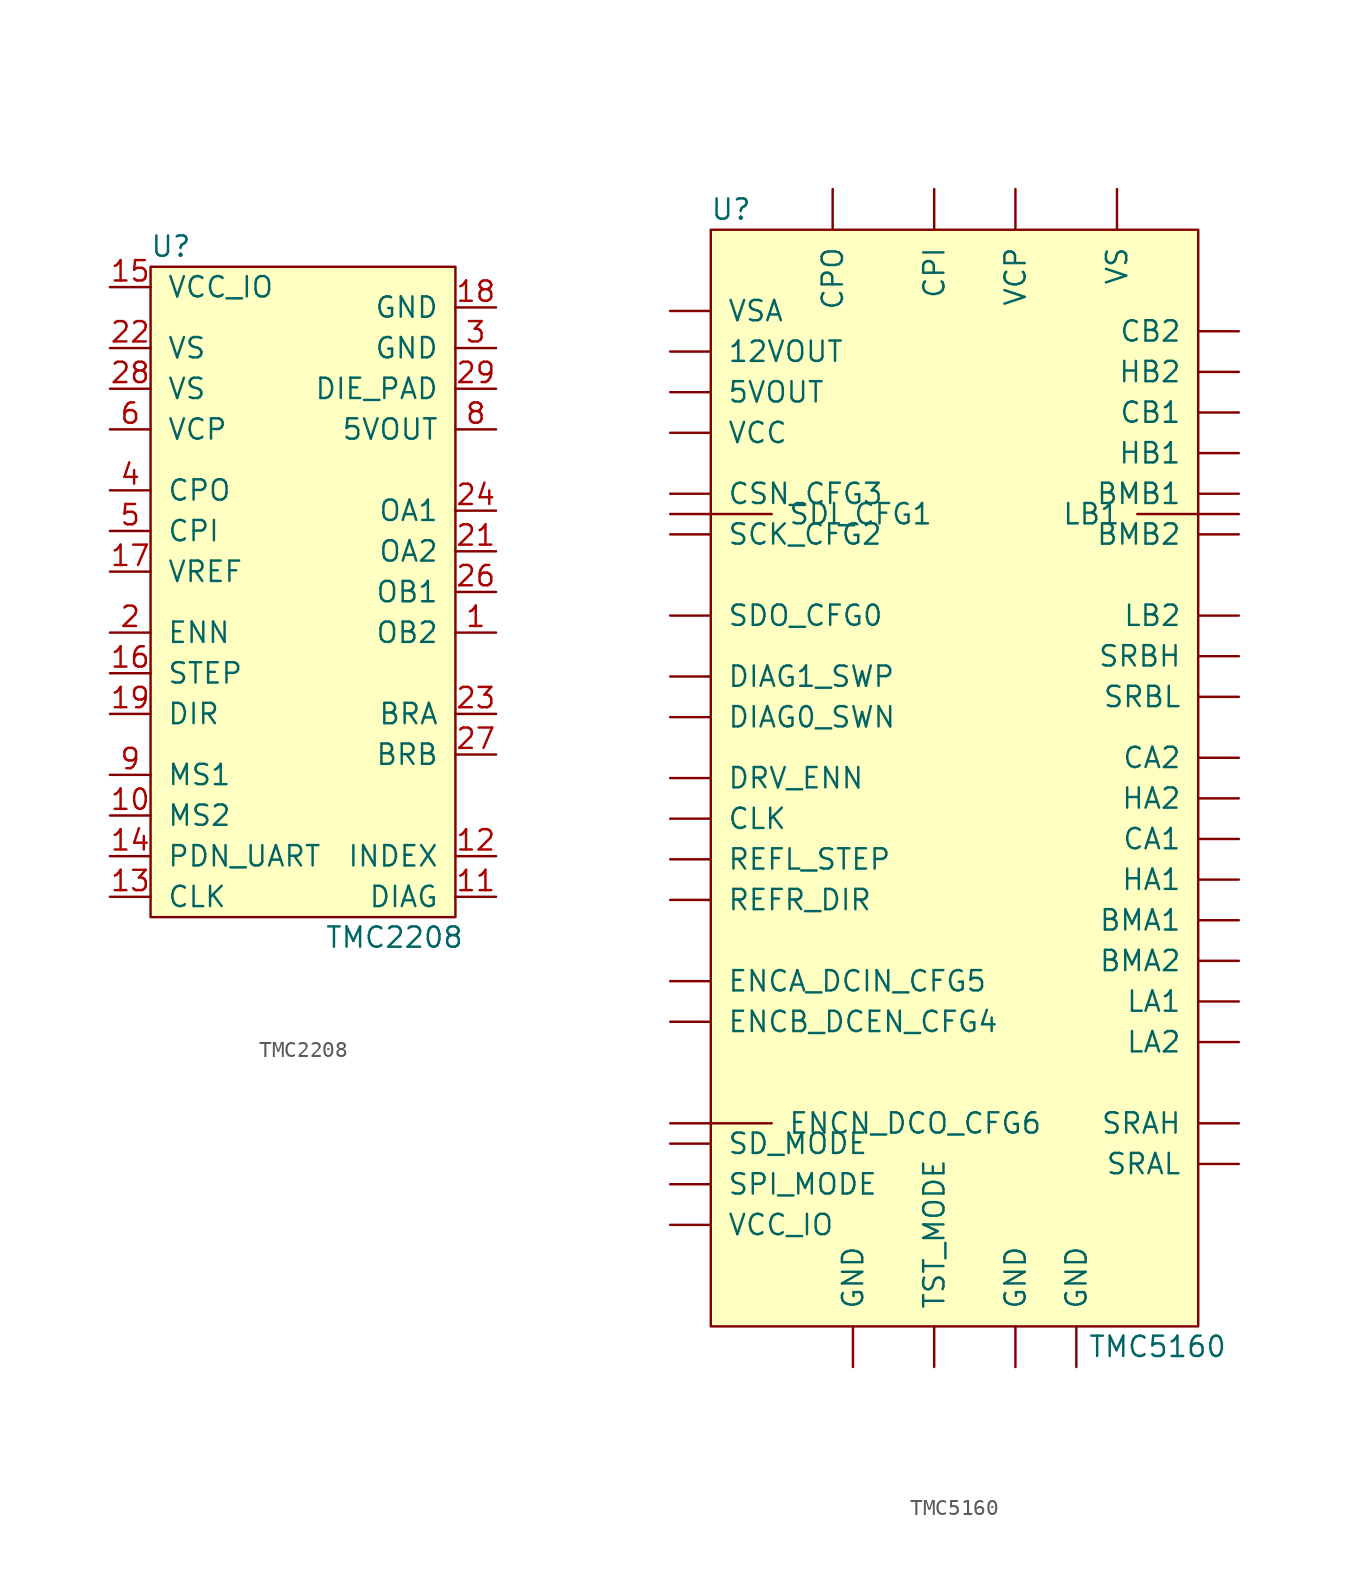
<source format=kicad_sym>
(kicad_symbol_lib
  (version 20220914)
  (generator kicad_symbol_editor)
  (symbol "TMC2208"
    (pin_names
      (offset 1.016))
    (property "Reference" "U"
      (at -8.89 21.59 0)
      (effects (font (size 1.27 1.27))))
    (property "Value" "TMC2208"
      (at 5.08 -21.59 0)
      (effects (font (size 1.27 1.27))))
    (symbol "TMC2208_0_1"
      (rectangle (start 8.89 20.32) (end -10.16 -20.32) (stroke (width 0) (type default)) (fill (type background))))
    (symbol "TMC2208_1_1"
      (pin input line (at 11.43 -2.54 180) (length 2.54) (name "OB2" (effects (font (size 1.27 1.27)))) (number "1" (effects (font (size 1.27 1.27)))))
      (pin input line (at -12.7 -13.97 0) (length 2.54) (name "MS2" (effects (font (size 1.27 1.27)))) (number "10" (effects (font (size 1.27 1.27)))))
      (pin output line (at 11.43 -19.05 180) (length 2.54) (name "DIAG" (effects (font (size 1.27 1.27)))) (number "11" (effects (font (size 1.27 1.27)))))
      (pin output line (at 11.43 -16.51 180) (length 2.54) (name "INDEX" (effects (font (size 1.27 1.27)))) (number "12" (effects (font (size 1.27 1.27)))))
      (pin input line (at -12.7 -19.05 0) (length 2.54) (name "CLK" (effects (font (size 1.27 1.27)))) (number "13" (effects (font (size 1.27 1.27)))))
      (pin bidirectional line (at -12.7 -16.51 0) (length 2.54) (name "PDN_UART" (effects (font (size 1.27 1.27)))) (number "14" (effects (font (size 1.27 1.27)))))
      (pin input line (at -12.7 19.05 0) (length 2.54) (name "VCC_IO" (effects (font (size 1.27 1.27)))) (number "15" (effects (font (size 1.27 1.27)))))
      (pin input line (at -12.7 -5.08 0) (length 2.54) (name "STEP" (effects (font (size 1.27 1.27)))) (number "16" (effects (font (size 1.27 1.27)))))
      (pin input line (at -12.7 1.27 0) (length 2.54) (name "VREF" (effects (font (size 1.27 1.27)))) (number "17" (effects (font (size 1.27 1.27)))))
      (pin input line (at 11.43 17.78 180) (length 2.54) (name "GND" (effects (font (size 1.27 1.27)))) (number "18" (effects (font (size 1.27 1.27)))))
      (pin input line (at -12.7 -7.62 0) (length 2.54) (name "DIR" (effects (font (size 1.27 1.27)))) (number "19" (effects (font (size 1.27 1.27)))))
      (pin input line (at -12.7 -2.54 0) (length 2.54) (name "ENN" (effects (font (size 1.27 1.27)))) (number "2" (effects (font (size 1.27 1.27)))))
      (pin no_connect line (at 8.89 25.4 0) (length 2.54) hide (name "N.C." (effects (font (size 1.27 1.27)))) (number "20" (effects (font (size 1.27 1.27)))))
      (pin input line (at 11.43 2.54 180) (length 2.54) (name "OA2" (effects (font (size 1.27 1.27)))) (number "21" (effects (font (size 1.27 1.27)))))
      (pin input line (at -12.7 15.24 0) (length 2.54) (name "VS" (effects (font (size 1.27 1.27)))) (number "22" (effects (font (size 1.27 1.27)))))
      (pin input line (at 11.43 -7.62 180) (length 2.54) (name "BRA" (effects (font (size 1.27 1.27)))) (number "23" (effects (font (size 1.27 1.27)))))
      (pin input line (at 11.43 5.08 180) (length 2.54) (name "OA1" (effects (font (size 1.27 1.27)))) (number "24" (effects (font (size 1.27 1.27)))))
      (pin no_connect line (at 8.89 22.86 0) (length 2.54) hide (name "N.C." (effects (font (size 1.27 1.27)))) (number "25" (effects (font (size 1.27 1.27)))))
      (pin input line (at 11.43 0 180) (length 2.54) (name "OB1" (effects (font (size 1.27 1.27)))) (number "26" (effects (font (size 1.27 1.27)))))
      (pin input line (at 11.43 -10.16 180) (length 2.54) (name "BRB" (effects (font (size 1.27 1.27)))) (number "27" (effects (font (size 1.27 1.27)))))
      (pin input line (at -12.7 12.7 0) (length 2.54) (name "VS" (effects (font (size 1.27 1.27)))) (number "28" (effects (font (size 1.27 1.27)))))
      (pin output line (at 11.43 12.7 180) (length 2.54) (name "DIE_PAD" (effects (font (size 1.27 1.27)))) (number "29" (effects (font (size 1.27 1.27)))))
      (pin input line (at 11.43 15.24 180) (length 2.54) (name "GND" (effects (font (size 1.27 1.27)))) (number "3" (effects (font (size 1.27 1.27)))))
      (pin input line (at -12.7 6.35 0) (length 2.54) (name "CPO" (effects (font (size 1.27 1.27)))) (number "4" (effects (font (size 1.27 1.27)))))
      (pin input line (at -12.7 3.81 0) (length 2.54) (name "CPI" (effects (font (size 1.27 1.27)))) (number "5" (effects (font (size 1.27 1.27)))))
      (pin input line (at -12.7 10.16 0) (length 2.54) (name "VCP" (effects (font (size 1.27 1.27)))) (number "6" (effects (font (size 1.27 1.27)))))
      (pin no_connect line (at 8.89 27.94 0) (length 2.54) hide (name "N.C." (effects (font (size 1.27 1.27)))) (number "7" (effects (font (size 1.27 1.27)))))
      (pin output line (at 11.43 10.16 180) (length 2.54) (name "5VOUT" (effects (font (size 1.27 1.27)))) (number "8" (effects (font (size 1.27 1.27)))))
      (pin input line (at -12.7 -11.43 0) (length 2.54) (name "MS1" (effects (font (size 1.27 1.27)))) (number "9" (effects (font (size 1.27 1.27)))))))
  (symbol "TMC5160"
    (pin_names
      (offset 1.016))
    (property "Reference" "U"
      (at -15.24 38.1 0)
      (effects (font (size 1.27 1.27))))
    (property "Value" "TMC5160"
      (at 11.43 -33.02 0)
      (effects (font (size 1.27 1.27))))
    (symbol "TMC5160_0_1"
      (rectangle (start 13.97 36.83) (end -16.51 -31.75) (stroke (width 0) (type default)) (fill (type background))))
    (symbol "TMC5160_1_0"
      (pin unspecified line (at 16.51 20.32 180) (length 2.54) (name "BMB1" (effects (font (size 1.27 1.27)))) (number "1" (effects (font (size 0 0)))))
      (pin unspecified line (at 16.51 10.16 180) (length 2.54) (name "SRBH" (effects (font (size 1.27 1.27)))) (number "10" (effects (font (size 0 0)))))
      (pin unspecified line (at 16.51 7.62 180) (length 2.54) (name "SRBL" (effects (font (size 1.27 1.27)))) (number "11" (effects (font (size 0 0)))))
      (pin unspecified line (at -19.05 0 0) (length 2.54) (name "CLK" (effects (font (size 1.27 1.27)))) (number "13" (effects (font (size 0 0)))))
      (pin unspecified line (at -19.05 20.32 0) (length 2.54) (name "CSN_CFG3" (effects (font (size 1.27 1.27)))) (number "14" (effects (font (size 0 0)))))
      (pin unspecified line (at -19.05 17.78 0) (length 2.54) (name "SCK_CFG2" (effects (font (size 1.27 1.27)))) (number "15" (effects (font (size 0 0)))))
      (pin unspecified line (at -19.05 19.05 0) (length 6.35) (name "SDI_CFG1" (effects (font (size 1.27 1.27)))) (number "16" (effects (font (size 0 0)))))
      (pin unspecified line (at -19.05 12.7 0) (length 2.54) (name "SDO_CFG0" (effects (font (size 1.27 1.27)))) (number "17" (effects (font (size 0 0)))))
      (pin unspecified line (at 16.51 22.86 180) (length 2.54) (name "HB1" (effects (font (size 1.27 1.27)))) (number "2" (effects (font (size 0 0)))))
      (pin unspecified line (at 2.54 -34.29 90) (length 2.54) (name "GND" (effects (font (size 1.27 1.27)))) (number "25" (effects (font (size 0 0)))))
      (pin unspecified line (at -19.05 6.35 0) (length 2.54) (name "DIAG0_SWN" (effects (font (size 1.27 1.27)))) (number "27" (effects (font (size 0 0)))))
      (pin unspecified line (at -19.05 8.89 0) (length 2.54) (name "DIAG1_SWP" (effects (font (size 1.27 1.27)))) (number "28" (effects (font (size 0 0)))))
      (pin unspecified line (at -19.05 2.54 0) (length 2.54) (name "DRV_ENN" (effects (font (size 1.27 1.27)))) (number "29" (effects (font (size 0 0)))))
      (pin unspecified line (at 16.51 25.4 180) (length 2.54) (name "CB1" (effects (font (size 1.27 1.27)))) (number "3" (effects (font (size 0 0)))))
      (pin output line (at -19.05 24.13 0) (length 2.54) (name "VCC" (effects (font (size 1.27 1.27)))) (number "30" (effects (font (size 0 0)))))
      (pin unspecified line (at -8.89 39.37 270) (length 2.54) (name "CPO" (effects (font (size 1.27 1.27)))) (number "31" (effects (font (size 0 0)))))
      (pin unspecified line (at -2.54 39.37 270) (length 2.54) (name "CPI" (effects (font (size 1.27 1.27)))) (number "32" (effects (font (size 0 0)))))
      (pin unspecified line (at 8.89 39.37 270) (length 2.54) (name "VS" (effects (font (size 1.27 1.27)))) (number "33" (effects (font (size 0 0)))))
      (pin unspecified line (at 2.54 39.37 270) (length 2.54) (name "VCP" (effects (font (size 1.27 1.27)))) (number "34" (effects (font (size 0 0)))))
      (pin unspecified line (at 16.51 3.81 180) (length 2.54) (name "CA2" (effects (font (size 1.27 1.27)))) (number "35" (effects (font (size 0 0)))))
      (pin unspecified line (at 16.51 1.27 180) (length 2.54) (name "HA2" (effects (font (size 1.27 1.27)))) (number "36" (effects (font (size 0 0)))))
      (pin unspecified line (at 16.51 -8.89 180) (length 2.54) (name "BMA2" (effects (font (size 1.27 1.27)))) (number "37" (effects (font (size 0 0)))))
      (pin unspecified line (at 16.51 -13.97 180) (length 2.54) (name "LA2" (effects (font (size 1.27 1.27)))) (number "38" (effects (font (size 0 0)))))
      (pin unspecified line (at 16.51 -11.43 180) (length 2.54) (name "LA1" (effects (font (size 1.27 1.27)))) (number "39" (effects (font (size 0 0)))))
      (pin power_out line (at -19.05 29.21 0) (length 2.54) (name "12VOUT" (effects (font (size 1.27 1.27)))) (number "4" (effects (font (size 0 0)))))
      (pin unspecified line (at 16.51 -6.35 180) (length 2.54) (name "BMA1" (effects (font (size 1.27 1.27)))) (number "40" (effects (font (size 0 0)))))
      (pin unspecified line (at 16.51 -3.81 180) (length 2.54) (name "HA1" (effects (font (size 1.27 1.27)))) (number "41" (effects (font (size 0 0)))))
      (pin unspecified line (at 16.51 -1.27 180) (length 2.54) (name "CA1" (effects (font (size 1.27 1.27)))) (number "42" (effects (font (size 0 0)))))
      (pin unspecified line (at 16.51 30.48 180) (length 2.54) (name "CB2" (effects (font (size 1.27 1.27)))) (number "43" (effects (font (size 0 0)))))
      (pin unspecified line (at 16.51 27.94 180) (length 2.54) (name "HB2" (effects (font (size 1.27 1.27)))) (number "44" (effects (font (size 0 0)))))
      (pin unspecified line (at 16.51 17.78 180) (length 2.54) (name "BMB2" (effects (font (size 1.27 1.27)))) (number "45" (effects (font (size 0 0)))))
      (pin unspecified line (at 16.51 12.7 180) (length 2.54) (name "LB2" (effects (font (size 1.27 1.27)))) (number "46" (effects (font (size 0 0)))))
      (pin unspecified line (at 16.51 19.05 180) (length 6.35) (name "LB1" (effects (font (size 1.27 1.27)))) (number "47" (effects (font (size 0 0)))))
      (pin unspecified line (at 6.35 -34.29 90) (length 2.54) (name "GND" (effects (font (size 1.27 1.27)))) (number "48" (effects (font (size 0 0)))))
      (pin input line (at -19.05 31.75 0) (length 2.54) (name "VSA" (effects (font (size 1.27 1.27)))) (number "5" (effects (font (size 0 0)))))
      (pin power_out line (at -19.05 26.67 0) (length 2.54) (name "5VOUT" (effects (font (size 1.27 1.27)))) (number "6" (effects (font (size 0 0)))))
      (pin unspecified line (at 16.51 -21.59 180) (length 2.54) (name "SRAL" (effects (font (size 1.27 1.27)))) (number "8" (effects (font (size 0 0)))))
      (pin unspecified line (at 16.51 -19.05 180) (length 2.54) (name "SRAH" (effects (font (size 1.27 1.27)))) (number "9" (effects (font (size 0 0))))))
    (symbol "TMC5160_1_1"
      (pin unspecified line (at -2.54 -34.29 90) (length 2.54) (name "TST_MODE" (effects (font (size 1.27 1.27)))) (number "12" (effects (font (size 0 0)))))
      (pin unspecified line (at -19.05 -2.54 0) (length 2.54) (name "REFL_STEP" (effects (font (size 1.27 1.27)))) (number "18" (effects (font (size 0 0)))))
      (pin unspecified line (at -19.05 -5.08 0) (length 2.54) (name "REFR_DIR" (effects (font (size 1.27 1.27)))) (number "19" (effects (font (size 0 0)))))
      (pin unspecified line (at -19.05 -25.4 0) (length 2.54) (name "VCC_IO" (effects (font (size 1.27 1.27)))) (number "20" (effects (font (size 0 0)))))
      (pin unspecified line (at -19.05 -20.32 0) (length 2.54) (name "SD_MODE" (effects (font (size 1.27 1.27)))) (number "21" (effects (font (size 0 0)))))
      (pin unspecified line (at -19.05 -22.86 0) (length 2.54) (name "SPI_MODE" (effects (font (size 1.27 1.27)))) (number "22" (effects (font (size 0 0)))))
      (pin unspecified line (at -19.05 -12.7 0) (length 2.54) (name "ENCB_DCEN_CFG4" (effects (font (size 1.27 1.27)))) (number "23" (effects (font (size 0 0)))))
      (pin unspecified line (at -19.05 -10.16 0) (length 2.54) (name "ENCA_DCIN_CFG5" (effects (font (size 1.27 1.27)))) (number "24" (effects (font (size 0 0)))))
      (pin unspecified line (at -19.05 -19.05 0) (length 6.35) (name "ENCN_DCO_CFG6" (effects (font (size 1.27 1.27)))) (number "26" (effects (font (size 0 0)))))
      (pin unspecified line (at -7.62 -34.29 90) (length 2.54) (name "GND" (effects (font (size 1.27 1.27)))) (number "7" (effects (font (size 0 0))))))))
</source>
